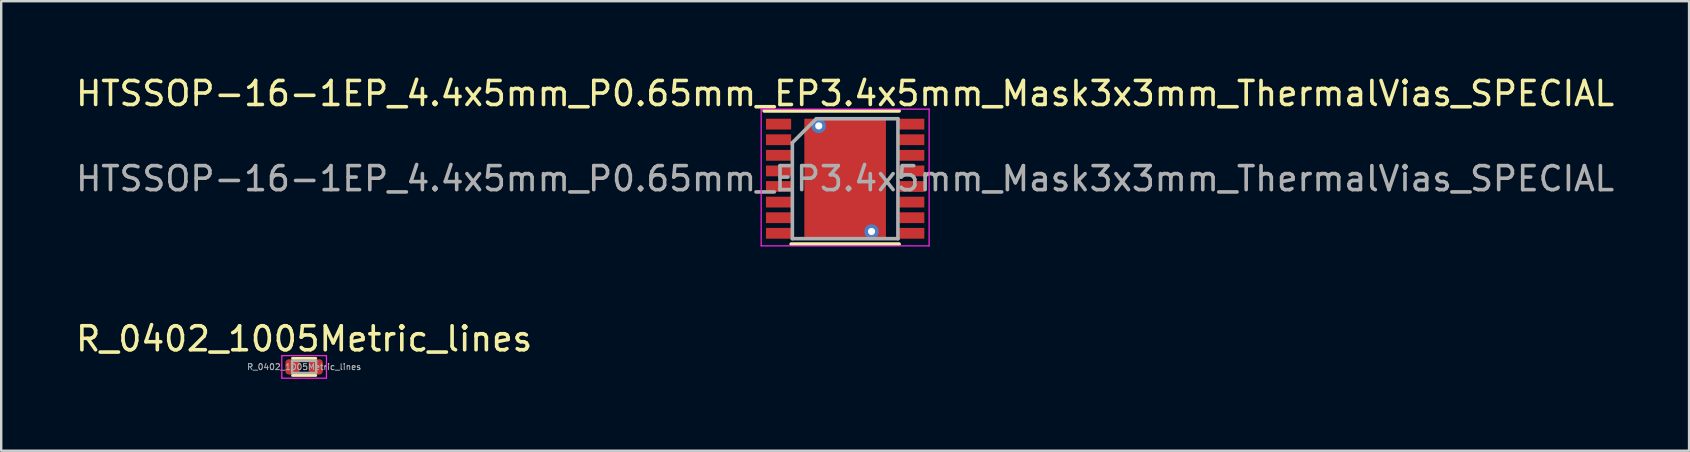
<source format=kicad_pcb>
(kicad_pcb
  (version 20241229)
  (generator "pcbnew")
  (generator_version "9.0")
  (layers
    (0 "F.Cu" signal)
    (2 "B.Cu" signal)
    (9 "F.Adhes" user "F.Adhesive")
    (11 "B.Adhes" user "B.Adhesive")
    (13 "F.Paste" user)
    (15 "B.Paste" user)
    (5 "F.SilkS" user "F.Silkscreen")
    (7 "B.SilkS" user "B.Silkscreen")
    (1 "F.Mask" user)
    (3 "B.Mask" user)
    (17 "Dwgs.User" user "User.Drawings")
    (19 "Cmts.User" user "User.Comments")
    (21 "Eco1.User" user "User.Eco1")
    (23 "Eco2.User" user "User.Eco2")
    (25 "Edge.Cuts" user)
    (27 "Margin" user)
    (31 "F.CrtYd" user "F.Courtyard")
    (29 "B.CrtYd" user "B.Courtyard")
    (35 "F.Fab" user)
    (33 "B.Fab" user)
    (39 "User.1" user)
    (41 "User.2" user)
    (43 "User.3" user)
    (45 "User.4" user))
  (footprint "R_0402_1005Metric_lines"
    (layer "F.Cu")
    (at 9.625 12.242)
    (property "Reference" "R_0402_1005Metric_lines" (at 0 -1.17 0) (layer "F.SilkS") (effects (font (size 1 1) (thickness 0.15))))
    (attr smd)
    (fp_line (start -0.483 -0.356) (end 0.483 -0.356) (stroke (width 0.12) (type solid)) (layer "F.SilkS"))
    (fp_line (start -0.483 0.356) (end 0.483 0.356) (stroke (width 0.12) (type solid)) (layer "F.SilkS"))
    (fp_line (start -0.93 -0.47) (end 0.93 -0.47) (stroke (width 0.05) (type solid)) (layer "F.CrtYd"))
    (fp_line (start -0.93 0.47) (end -0.93 -0.47) (stroke (width 0.05) (type solid)) (layer "F.CrtYd"))
    (fp_line (start 0.93 -0.47) (end 0.93 0.47) (stroke (width 0.05) (type solid)) (layer "F.CrtYd"))
    (fp_line (start 0.93 0.47) (end -0.93 0.47) (stroke (width 0.05) (type solid)) (layer "F.CrtYd"))
    (fp_line (start -0.5 -0.25) (end 0.5 -0.25) (stroke (width 0.1) (type solid)) (layer "F.Fab"))
    (fp_line (start -0.5 0.25) (end -0.5 -0.25) (stroke (width 0.1) (type solid)) (layer "F.Fab"))
    (fp_line (start 0.5 -0.25) (end 0.5 0.25) (stroke (width 0.1) (type solid)) (layer "F.Fab"))
    (fp_line (start 0.5 0.25) (end -0.5 0.25) (stroke (width 0.1) (type solid)) (layer "F.Fab"))
    (fp_text user "${REFERENCE}" (at 0 0 0) (layer "F.Fab") (effects (font (size 0.25 0.25) (thickness 0.04))))
    (pad "1" smd roundrect (at -0.485 0) (size 0.59 0.64) (layers "F.Cu" "F.Mask" "F.Paste") (roundrect_rratio 0.25))
    (pad "2" smd roundrect (at 0.485 0) (size 0.59 0.64) (layers "F.Cu" "F.Mask" "F.Paste") (roundrect_rratio 0.25)))
  (footprint "HTSSOP-16-1EP_4.4x5mm_P0.65mm_EP3.4x5mm_Mask3x3mm_ThermalVias_SPECIAL"
    (layer "F.Cu")
    (at 32.173 4.398)
    (property "Reference" "HTSSOP-16-1EP_4.4x5mm_P0.65mm_EP3.4x5mm_Mask3x3mm_ThermalVias_SPECIAL" (at 0 -3.55 0) (layer "F.SilkS") (effects (font (size 1 1) (thickness 0.15))))
    (attr smd)
    (fp_line (start -3.375 -2.825) (end 2.25 -2.825) (stroke (width 0.15) (type solid)) (layer "F.SilkS"))
    (fp_line (start -2.25 2.725) (end 2.25 2.725) (stroke (width 0.15) (type solid)) (layer "F.SilkS"))
    (fp_line (start -3.5 -2.9) (end -3.5 2.8) (stroke (width 0.05) (type solid)) (layer "F.CrtYd"))
    (fp_line (start -3.5 -2.9) (end 3.5 -2.9) (stroke (width 0.05) (type solid)) (layer "F.CrtYd"))
    (fp_line (start -3.5 2.8) (end 3.5 2.8) (stroke (width 0.05) (type solid)) (layer "F.CrtYd"))
    (fp_line (start 3.5 -2.9) (end 3.5 2.8) (stroke (width 0.05) (type solid)) (layer "F.CrtYd"))
    (fp_line (start -2.2 -1.5) (end -1.2 -2.5) (stroke (width 0.15) (type solid)) (layer "F.Fab"))
    (fp_line (start -2.2 2.5) (end -2.2 -1.5) (stroke (width 0.15) (type solid)) (layer "F.Fab"))
    (fp_line (start -1.2 -2.5) (end 2.2 -2.5) (stroke (width 0.15) (type solid)) (layer "F.Fab"))
    (fp_line (start 2.2 -2.5) (end 2.2 2.5) (stroke (width 0.15) (type solid)) (layer "F.Fab"))
    (fp_line (start 2.2 2.5) (end -2.2 2.5) (stroke (width 0.15) (type solid)) (layer "F.Fab"))
    (fp_text user "${REFERENCE}" (at 0 0 0) (layer "F.Fab") (effects (font (size 1 1) (thickness 0.15))))
    (pad "" smd rect (at -1.325 -0.55 90) (size 0.8 0.25) (layers "F.Paste"))
    (pad "" smd rect (at -1.325 0.55 90) (size 0.8 0.25) (layers "F.Paste"))
    (pad "" smd rect (at -0.55 -1.325) (size 0.8 0.25) (layers "F.Paste"))
    (pad "" smd rect (at -0.55 -0.55) (size 0.85 0.8) (layers "F.Paste"))
    (pad "" smd rect (at -0.55 0.55) (size 0.85 0.85) (layers "F.Paste"))
    (pad "" smd rect (at -0.55 1.325) (size 0.8 0.25) (layers "F.Paste"))
    (pad "" smd rect (at 0 0) (size 3 3) (layers "F.Mask"))
    (pad "" smd rect (at 0.55 -1.325) (size 0.8 0.25) (layers "F.Paste"))
    (pad "" smd rect (at 0.55 -0.55) (size 0.85 0.85) (layers "F.Paste"))
    (pad "" smd rect (at 0.55 0.55) (size 0.85 0.85) (layers "F.Paste"))
    (pad "" smd rect (at 0.55 1.325) (size 0.8 0.25) (layers "F.Paste"))
    (pad "" smd rect (at 1.325 -0.55 90) (size 0.8 0.25) (layers "F.Paste"))
    (pad "" smd rect (at 1.325 0.55 90) (size 0.8 0.25) (layers "F.Paste"))
    (pad "1" smd rect (at -2.775 -2.275) (size 1.05 0.45) (layers "F.Cu" "F.Mask" "F.Paste"))
    (pad "2" smd rect (at -2.775 -1.625) (size 1.05 0.45) (layers "F.Cu" "F.Mask" "F.Paste"))
    (pad "3" smd rect (at -2.775 -0.975) (size 1.05 0.45) (layers "F.Cu" "F.Mask" "F.Paste"))
    (pad "4" smd rect (at -2.775 -0.325) (size 1.05 0.45) (layers "F.Cu" "F.Mask" "F.Paste"))
    (pad "5" smd rect (at -2.775 0.325) (size 1.05 0.45) (layers "F.Cu" "F.Mask" "F.Paste"))
    (pad "6" smd rect (at -2.775 0.975) (size 1.05 0.45) (layers "F.Cu" "F.Mask" "F.Paste"))
    (pad "7" smd rect (at -2.775 1.625) (size 1.05 0.45) (layers "F.Cu" "F.Mask" "F.Paste"))
    (pad "8" smd rect (at -2.775 2.275) (size 1.05 0.45) (layers "F.Cu" "F.Mask" "F.Paste"))
    (pad "9" smd rect (at 2.775 2.275) (size 1.05 0.45) (layers "F.Cu" "F.Mask" "F.Paste"))
    (pad "10" smd rect (at 2.775 1.625) (size 1.05 0.45) (layers "F.Cu" "F.Mask" "F.Paste"))
    (pad "11" smd rect (at 2.775 0.975) (size 1.05 0.45) (layers "F.Cu" "F.Mask" "F.Paste"))
    (pad "12" smd rect (at 2.775 0.325) (size 1.05 0.45) (layers "F.Cu" "F.Mask" "F.Paste"))
    (pad "13" smd rect (at 2.775 -0.325) (size 1.05 0.45) (layers "F.Cu" "F.Mask" "F.Paste"))
    (pad "14" smd rect (at 2.775 -0.975) (size 1.05 0.45) (layers "F.Cu" "F.Mask" "F.Paste"))
    (pad "15" smd rect (at 2.775 -1.625) (size 1.05 0.45) (layers "F.Cu" "F.Mask" "F.Paste"))
    (pad "16" smd rect (at 2.775 -2.275) (size 1.05 0.45) (layers "F.Cu" "F.Mask" "F.Paste"))
    (pad "17" thru_hole circle (at -1.1 -2.2) (size 0.6 0.6) (drill 0.3) (layers "*.Cu"))
    (pad "17" smd rect (at 0 0) (size 3.4 5) (layers "F.Cu"))
    (pad "17" thru_hole circle (at 1.1 2.2) (size 0.6 0.6) (drill 0.3) (layers "*.Cu")))
  (gr_rect
    (start -3 -3)
    (end 67.345 15.736)
    (stroke (width 0.1) (type default))
    (fill no)
    (layer "Edge.Cuts")))
</source>
